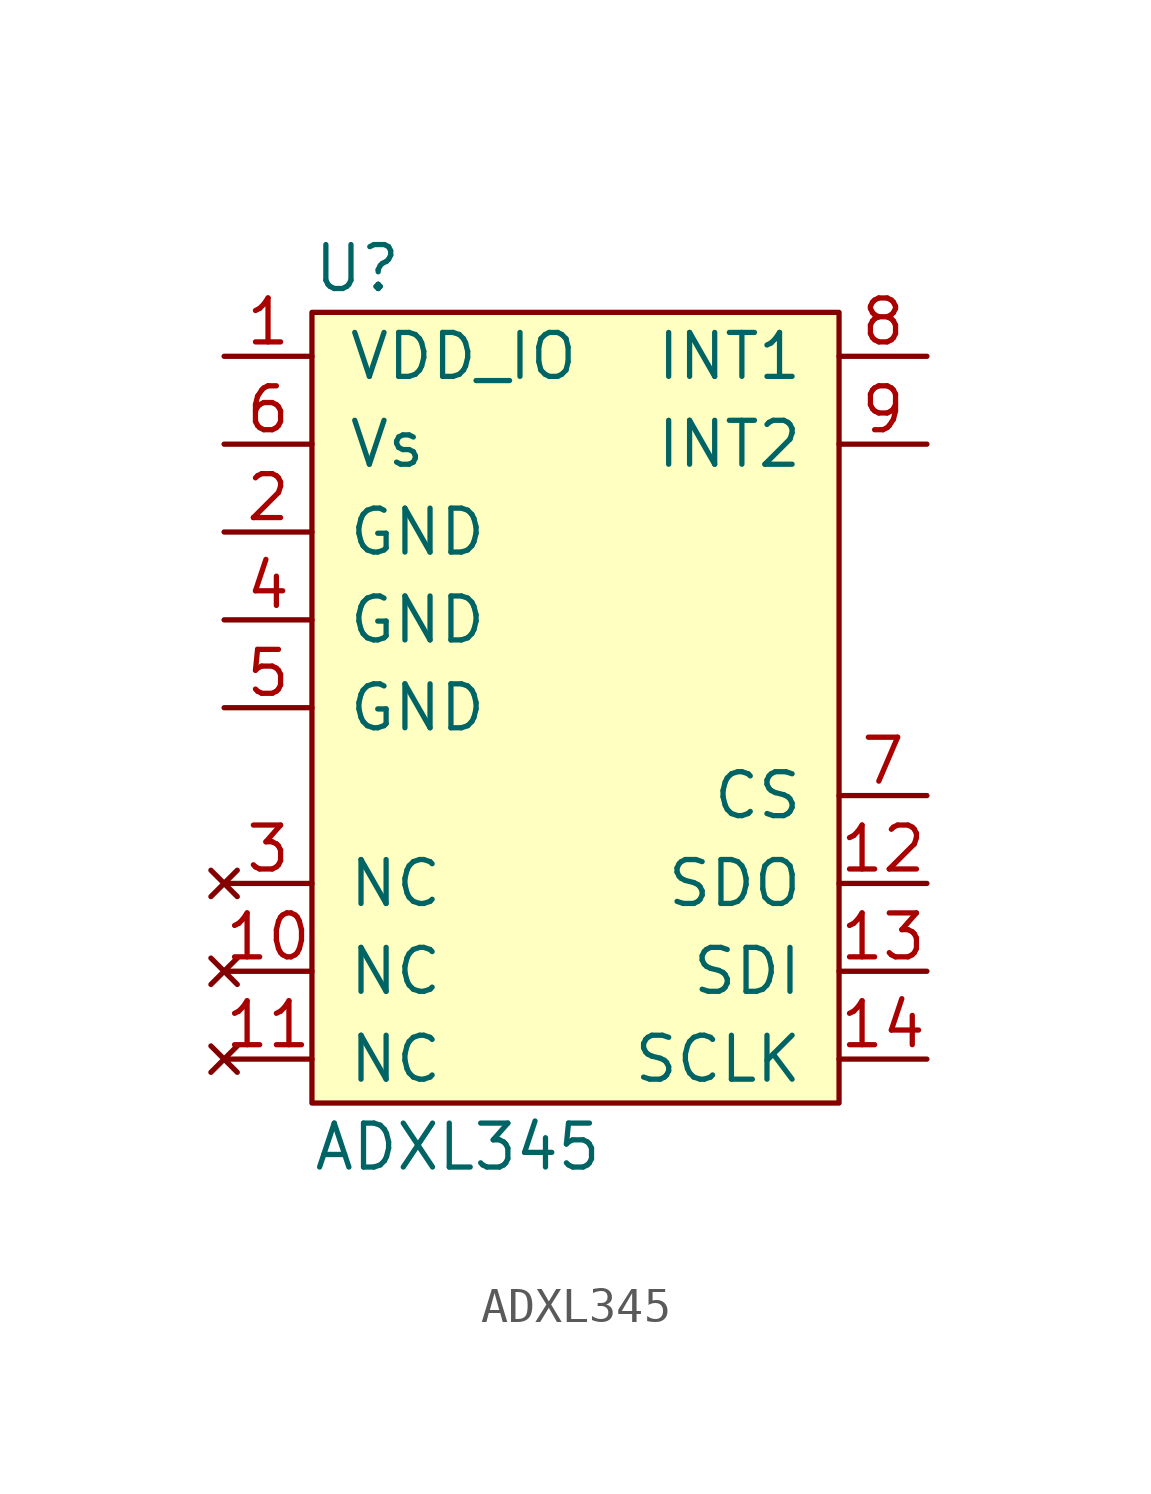
<source format=kicad_sym>
(kicad_symbol_lib
  (version 20231120)
  (generator "kicad_symbol_editor")
  (generator_version "8.0")
  (symbol "ADXL345"
    (pin_names
      (offset 1.016))
    (property "Reference" "U"
      (at -7.62 12.7 0)
      (effects (font (size 1.27 1.27)) (justify left)))
    (property "Value" "ADXL345"
      (at -7.62 -12.7 0)
      (effects (font (size 1.27 1.27)) (justify left)))
    (symbol "ADXL345_0_1"
      (rectangle (start 7.62 11.43) (end -7.62 -11.43) (stroke (width 0) (type default)) (fill (type background))))
    (symbol "ADXL345_1_1"
      (pin power_in line (at -10.16 10.16 0) (length 2.54) (name "VDD_IO" (effects (font (size 1.27 1.27)))) (number "1" (effects (font (size 1.27 1.27)))))
      (pin no_connect line (at -10.16 -7.62 0) (length 2.54) (name "NC" (effects (font (size 1.27 1.27)))) (number "10" (effects (font (size 1.27 1.27)))))
      (pin no_connect line (at -10.16 -10.16 0) (length 2.54) (name "NC" (effects (font (size 1.27 1.27)))) (number "11" (effects (font (size 1.27 1.27)))))
      (pin output line (at 10.16 -5.08 180) (length 2.54) (name "SDO" (effects (font (size 1.27 1.27)))) (number "12" (effects (font (size 1.27 1.27)))))
      (pin input line (at 10.16 -7.62 180) (length 2.54) (name "SDI" (effects (font (size 1.27 1.27)))) (number "13" (effects (font (size 1.27 1.27)))))
      (pin input line (at 10.16 -10.16 180) (length 2.54) (name "SCLK" (effects (font (size 1.27 1.27)))) (number "14" (effects (font (size 1.27 1.27)))))
      (pin power_in line (at -10.16 5.08 0) (length 2.54) (name "GND" (effects (font (size 1.27 1.27)))) (number "2" (effects (font (size 1.27 1.27)))))
      (pin no_connect line (at -10.16 -5.08 0) (length 2.54) (name "NC" (effects (font (size 1.27 1.27)))) (number "3" (effects (font (size 1.27 1.27)))))
      (pin power_in line (at -10.16 2.54 0) (length 2.54) (name "GND" (effects (font (size 1.27 1.27)))) (number "4" (effects (font (size 1.27 1.27)))))
      (pin power_in line (at -10.16 0 0) (length 2.54) (name "GND" (effects (font (size 1.27 1.27)))) (number "5" (effects (font (size 1.27 1.27)))))
      (pin power_in line (at -10.16 7.62 0) (length 2.54) (name "Vs" (effects (font (size 1.27 1.27)))) (number "6" (effects (font (size 1.27 1.27)))))
      (pin input line (at 10.16 -2.54 180) (length 2.54) (name "CS" (effects (font (size 1.27 1.27)))) (number "7" (effects (font (size 1.27 1.27)))))
      (pin output line (at 10.16 10.16 180) (length 2.54) (name "INT1" (effects (font (size 1.27 1.27)))) (number "8" (effects (font (size 1.27 1.27)))))
      (pin output line (at 10.16 7.62 180) (length 2.54) (name "INT2" (effects (font (size 1.27 1.27)))) (number "9" (effects (font (size 1.27 1.27))))))))
</source>
